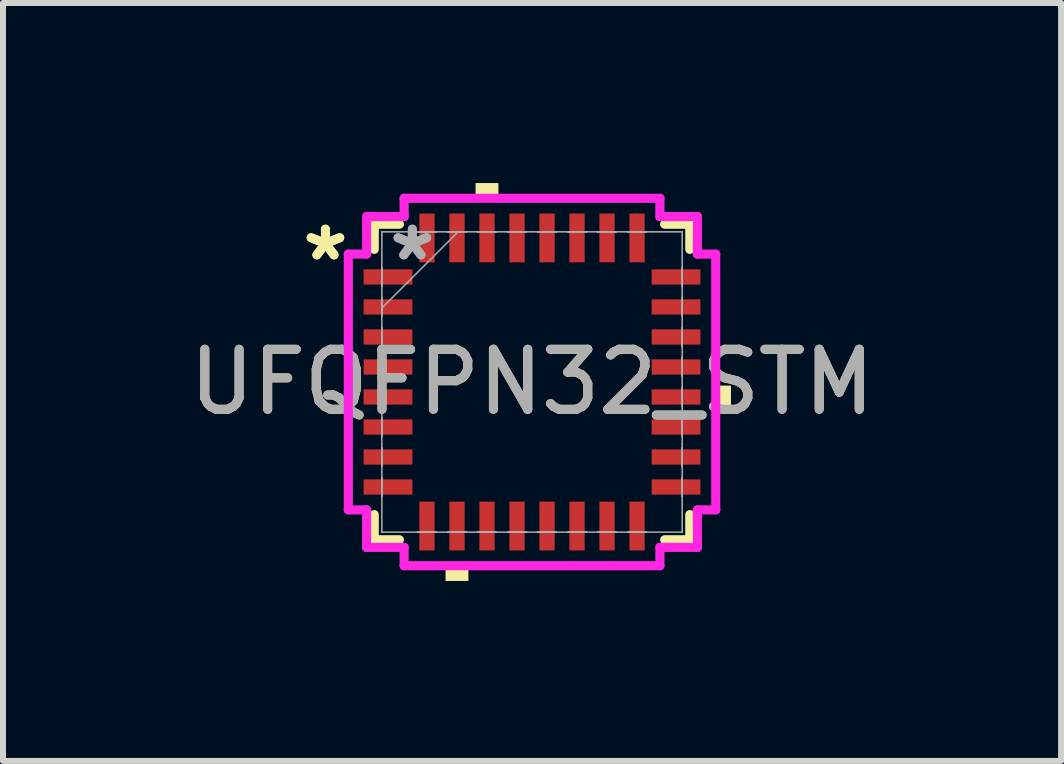
<source format=kicad_pcb>
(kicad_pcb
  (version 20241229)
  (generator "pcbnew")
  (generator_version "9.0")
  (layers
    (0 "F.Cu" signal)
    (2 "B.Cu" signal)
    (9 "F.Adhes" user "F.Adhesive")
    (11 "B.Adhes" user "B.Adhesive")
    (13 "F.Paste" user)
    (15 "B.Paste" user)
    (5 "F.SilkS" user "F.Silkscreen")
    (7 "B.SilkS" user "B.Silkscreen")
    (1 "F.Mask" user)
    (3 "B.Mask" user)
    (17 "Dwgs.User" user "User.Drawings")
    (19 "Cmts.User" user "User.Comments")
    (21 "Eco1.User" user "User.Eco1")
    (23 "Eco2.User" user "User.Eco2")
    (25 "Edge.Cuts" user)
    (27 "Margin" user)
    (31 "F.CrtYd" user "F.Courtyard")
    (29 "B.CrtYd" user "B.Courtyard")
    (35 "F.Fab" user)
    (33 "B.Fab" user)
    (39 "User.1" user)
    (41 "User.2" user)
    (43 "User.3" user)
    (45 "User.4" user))
  (footprint "UFQFPN32_STM"
    (layer "F.Cu")
    (at 5.815 3.315)
    (property "Reference" "UFQFPN32_STM" (at 0 0 0) (unlocked yes) (layer "F.SilkS") (effects (font (size 1 1) (thickness 0.15))))
    (attr smd)
    (fp_line (start -2.629 -2.629) (end -2.629 -2.21) (stroke (width 0.152) (type solid)) (layer "F.SilkS"))
    (fp_line (start -2.629 2.21) (end -2.629 2.629) (stroke (width 0.152) (type solid)) (layer "F.SilkS"))
    (fp_line (start -2.629 2.629) (end -2.21 2.629) (stroke (width 0.152) (type solid)) (layer "F.SilkS"))
    (fp_line (start -2.21 -2.629) (end -2.629 -2.629) (stroke (width 0.152) (type solid)) (layer "F.SilkS"))
    (fp_line (start 2.21 2.629) (end 2.629 2.629) (stroke (width 0.152) (type solid)) (layer "F.SilkS"))
    (fp_line (start 2.629 -2.629) (end 2.21 -2.629) (stroke (width 0.152) (type solid)) (layer "F.SilkS"))
    (fp_line (start 2.629 -2.21) (end 2.629 -2.629) (stroke (width 0.152) (type solid)) (layer "F.SilkS"))
    (fp_line (start 2.629 2.629) (end 2.629 2.21) (stroke (width 0.152) (type solid)) (layer "F.SilkS"))
    (fp_poly (pts (xy -1.441 3.061) (xy -1.441 3.315) (xy -1.06 3.315) (xy -1.06 3.061)) (stroke (width 0) (type solid)) (fill yes) (layer "F.SilkS"))
    (fp_poly (pts (xy -0.941 -3.061) (xy -0.941 -3.315) (xy -0.56 -3.315) (xy -0.56 -3.061)) (stroke (width 0) (type solid)) (fill yes) (layer "F.SilkS"))
    (fp_poly (pts (xy 3.315 0.06) (xy 3.315 0.441) (xy 3.061 0.441) (xy 3.061 0.06)) (stroke (width 0) (type solid)) (fill yes) (layer "F.SilkS"))
    (fp_line (start -3.061 -2.131) (end -2.756 -2.131) (stroke (width 0.152) (type solid)) (layer "F.CrtYd"))
    (fp_line (start -3.061 2.131) (end -3.061 -2.131) (stroke (width 0.152) (type solid)) (layer "F.CrtYd"))
    (fp_line (start -2.756 -2.756) (end -2.131 -2.756) (stroke (width 0.152) (type solid)) (layer "F.CrtYd"))
    (fp_line (start -2.756 -2.131) (end -2.756 -2.756) (stroke (width 0.152) (type solid)) (layer "F.CrtYd"))
    (fp_line (start -2.756 2.131) (end -3.061 2.131) (stroke (width 0.152) (type solid)) (layer "F.CrtYd"))
    (fp_line (start -2.756 2.756) (end -2.756 2.131) (stroke (width 0.152) (type solid)) (layer "F.CrtYd"))
    (fp_line (start -2.131 -3.061) (end 2.131 -3.061) (stroke (width 0.152) (type solid)) (layer "F.CrtYd"))
    (fp_line (start -2.131 -2.756) (end -2.131 -3.061) (stroke (width 0.152) (type solid)) (layer "F.CrtYd"))
    (fp_line (start -2.131 2.756) (end -2.756 2.756) (stroke (width 0.152) (type solid)) (layer "F.CrtYd"))
    (fp_line (start -2.131 3.061) (end -2.131 2.756) (stroke (width 0.152) (type solid)) (layer "F.CrtYd"))
    (fp_line (start 2.131 -3.061) (end 2.131 -2.756) (stroke (width 0.152) (type solid)) (layer "F.CrtYd"))
    (fp_line (start 2.131 -2.756) (end 2.756 -2.756) (stroke (width 0.152) (type solid)) (layer "F.CrtYd"))
    (fp_line (start 2.131 2.756) (end 2.131 3.061) (stroke (width 0.152) (type solid)) (layer "F.CrtYd"))
    (fp_line (start 2.131 3.061) (end -2.131 3.061) (stroke (width 0.152) (type solid)) (layer "F.CrtYd"))
    (fp_line (start 2.756 -2.756) (end 2.756 -2.131) (stroke (width 0.152) (type solid)) (layer "F.CrtYd"))
    (fp_line (start 2.756 -2.131) (end 3.061 -2.131) (stroke (width 0.152) (type solid)) (layer "F.CrtYd"))
    (fp_line (start 2.756 2.131) (end 2.756 2.756) (stroke (width 0.152) (type solid)) (layer "F.CrtYd"))
    (fp_line (start 2.756 2.756) (end 2.131 2.756) (stroke (width 0.152) (type solid)) (layer "F.CrtYd"))
    (fp_line (start 3.061 -2.131) (end 3.061 2.131) (stroke (width 0.152) (type solid)) (layer "F.CrtYd"))
    (fp_line (start 3.061 2.131) (end 2.756 2.131) (stroke (width 0.152) (type solid)) (layer "F.CrtYd"))
    (fp_line (start -2.502 -2.502) (end -2.502 -2.502) (stroke (width 0.025) (type solid)) (layer "F.Fab"))
    (fp_line (start -2.502 -2.502) (end -2.502 2.502) (stroke (width 0.025) (type solid)) (layer "F.Fab"))
    (fp_line (start -2.502 -1.903) (end -2.502 -1.903) (stroke (width 0.025) (type solid)) (layer "F.Fab"))
    (fp_line (start -2.502 -1.903) (end -2.502 -1.598) (stroke (width 0.025) (type solid)) (layer "F.Fab"))
    (fp_line (start -2.502 -1.598) (end -2.502 -1.903) (stroke (width 0.025) (type solid)) (layer "F.Fab"))
    (fp_line (start -2.502 -1.598) (end -2.502 -1.598) (stroke (width 0.025) (type solid)) (layer "F.Fab"))
    (fp_line (start -2.502 -1.403) (end -2.502 -1.403) (stroke (width 0.025) (type solid)) (layer "F.Fab"))
    (fp_line (start -2.502 -1.403) (end -2.502 -1.098) (stroke (width 0.025) (type solid)) (layer "F.Fab"))
    (fp_line (start -2.502 -1.232) (end -1.232 -2.502) (stroke (width 0.025) (type solid)) (layer "F.Fab"))
    (fp_line (start -2.502 -1.098) (end -2.502 -1.403) (stroke (width 0.025) (type solid)) (layer "F.Fab"))
    (fp_line (start -2.502 -1.098) (end -2.502 -1.098) (stroke (width 0.025) (type solid)) (layer "F.Fab"))
    (fp_line (start -2.502 -0.903) (end -2.502 -0.903) (stroke (width 0.025) (type solid)) (layer "F.Fab"))
    (fp_line (start -2.502 -0.903) (end -2.502 -0.598) (stroke (width 0.025) (type solid)) (layer "F.Fab"))
    (fp_line (start -2.502 -0.598) (end -2.502 -0.903) (stroke (width 0.025) (type solid)) (layer "F.Fab"))
    (fp_line (start -2.502 -0.598) (end -2.502 -0.598) (stroke (width 0.025) (type solid)) (layer "F.Fab"))
    (fp_line (start -2.502 -0.402) (end -2.502 -0.402) (stroke (width 0.025) (type solid)) (layer "F.Fab"))
    (fp_line (start -2.502 -0.402) (end -2.502 -0.098) (stroke (width 0.025) (type solid)) (layer "F.Fab"))
    (fp_line (start -2.502 -0.098) (end -2.502 -0.402) (stroke (width 0.025) (type solid)) (layer "F.Fab"))
    (fp_line (start -2.502 -0.098) (end -2.502 -0.098) (stroke (width 0.025) (type solid)) (layer "F.Fab"))
    (fp_line (start -2.502 0.098) (end -2.502 0.098) (stroke (width 0.025) (type solid)) (layer "F.Fab"))
    (fp_line (start -2.502 0.098) (end -2.502 0.402) (stroke (width 0.025) (type solid)) (layer "F.Fab"))
    (fp_line (start -2.502 0.402) (end -2.502 0.098) (stroke (width 0.025) (type solid)) (layer "F.Fab"))
    (fp_line (start -2.502 0.402) (end -2.502 0.402) (stroke (width 0.025) (type solid)) (layer "F.Fab"))
    (fp_line (start -2.502 0.598) (end -2.502 0.598) (stroke (width 0.025) (type solid)) (layer "F.Fab"))
    (fp_line (start -2.502 0.598) (end -2.502 0.903) (stroke (width 0.025) (type solid)) (layer "F.Fab"))
    (fp_line (start -2.502 0.903) (end -2.502 0.598) (stroke (width 0.025) (type solid)) (layer "F.Fab"))
    (fp_line (start -2.502 0.903) (end -2.502 0.903) (stroke (width 0.025) (type solid)) (layer "F.Fab"))
    (fp_line (start -2.502 1.098) (end -2.502 1.098) (stroke (width 0.025) (type solid)) (layer "F.Fab"))
    (fp_line (start -2.502 1.098) (end -2.502 1.403) (stroke (width 0.025) (type solid)) (layer "F.Fab"))
    (fp_line (start -2.502 1.403) (end -2.502 1.098) (stroke (width 0.025) (type solid)) (layer "F.Fab"))
    (fp_line (start -2.502 1.403) (end -2.502 1.403) (stroke (width 0.025) (type solid)) (layer "F.Fab"))
    (fp_line (start -2.502 1.598) (end -2.502 1.598) (stroke (width 0.025) (type solid)) (layer "F.Fab"))
    (fp_line (start -2.502 1.598) (end -2.502 1.903) (stroke (width 0.025) (type solid)) (layer "F.Fab"))
    (fp_line (start -2.502 1.903) (end -2.502 1.598) (stroke (width 0.025) (type solid)) (layer "F.Fab"))
    (fp_line (start -2.502 1.903) (end -2.502 1.903) (stroke (width 0.025) (type solid)) (layer "F.Fab"))
    (fp_line (start -2.502 2.502) (end -2.502 2.502) (stroke (width 0.025) (type solid)) (layer "F.Fab"))
    (fp_line (start -2.502 2.502) (end 2.502 2.502) (stroke (width 0.025) (type solid)) (layer "F.Fab"))
    (fp_line (start -1.903 -2.502) (end -1.903 -2.502) (stroke (width 0.025) (type solid)) (layer "F.Fab"))
    (fp_line (start -1.903 -2.502) (end -1.598 -2.502) (stroke (width 0.025) (type solid)) (layer "F.Fab"))
    (fp_line (start -1.903 2.502) (end -1.903 2.502) (stroke (width 0.025) (type solid)) (layer "F.Fab"))
    (fp_line (start -1.903 2.502) (end -1.598 2.502) (stroke (width 0.025) (type solid)) (layer "F.Fab"))
    (fp_line (start -1.598 -2.502) (end -1.903 -2.502) (stroke (width 0.025) (type solid)) (layer "F.Fab"))
    (fp_line (start -1.598 -2.502) (end -1.598 -2.502) (stroke (width 0.025) (type solid)) (layer "F.Fab"))
    (fp_line (start -1.598 2.502) (end -1.903 2.502) (stroke (width 0.025) (type solid)) (layer "F.Fab"))
    (fp_line (start -1.598 2.502) (end -1.598 2.502) (stroke (width 0.025) (type solid)) (layer "F.Fab"))
    (fp_line (start -1.403 -2.502) (end -1.403 -2.502) (stroke (width 0.025) (type solid)) (layer "F.Fab"))
    (fp_line (start -1.403 -2.502) (end -1.098 -2.502) (stroke (width 0.025) (type solid)) (layer "F.Fab"))
    (fp_line (start -1.403 2.502) (end -1.403 2.502) (stroke (width 0.025) (type solid)) (layer "F.Fab"))
    (fp_line (start -1.403 2.502) (end -1.098 2.502) (stroke (width 0.025) (type solid)) (layer "F.Fab"))
    (fp_line (start -1.098 -2.502) (end -1.403 -2.502) (stroke (width 0.025) (type solid)) (layer "F.Fab"))
    (fp_line (start -1.098 -2.502) (end -1.098 -2.502) (stroke (width 0.025) (type solid)) (layer "F.Fab"))
    (fp_line (start -1.098 2.502) (end -1.403 2.502) (stroke (width 0.025) (type solid)) (layer "F.Fab"))
    (fp_line (start -1.098 2.502) (end -1.098 2.502) (stroke (width 0.025) (type solid)) (layer "F.Fab"))
    (fp_line (start -0.903 -2.502) (end -0.903 -2.502) (stroke (width 0.025) (type solid)) (layer "F.Fab"))
    (fp_line (start -0.903 -2.502) (end -0.598 -2.502) (stroke (width 0.025) (type solid)) (layer "F.Fab"))
    (fp_line (start -0.903 2.502) (end -0.903 2.502) (stroke (width 0.025) (type solid)) (layer "F.Fab"))
    (fp_line (start -0.903 2.502) (end -0.598 2.502) (stroke (width 0.025) (type solid)) (layer "F.Fab"))
    (fp_line (start -0.598 -2.502) (end -0.903 -2.502) (stroke (width 0.025) (type solid)) (layer "F.Fab"))
    (fp_line (start -0.598 -2.502) (end -0.598 -2.502) (stroke (width 0.025) (type solid)) (layer "F.Fab"))
    (fp_line (start -0.598 2.502) (end -0.903 2.502) (stroke (width 0.025) (type solid)) (layer "F.Fab"))
    (fp_line (start -0.598 2.502) (end -0.598 2.502) (stroke (width 0.025) (type solid)) (layer "F.Fab"))
    (fp_line (start -0.402 -2.502) (end -0.402 -2.502) (stroke (width 0.025) (type solid)) (layer "F.Fab"))
    (fp_line (start -0.402 -2.502) (end -0.098 -2.502) (stroke (width 0.025) (type solid)) (layer "F.Fab"))
    (fp_line (start -0.402 2.502) (end -0.402 2.502) (stroke (width 0.025) (type solid)) (layer "F.Fab"))
    (fp_line (start -0.402 2.502) (end -0.098 2.502) (stroke (width 0.025) (type solid)) (layer "F.Fab"))
    (fp_line (start -0.098 -2.502) (end -0.402 -2.502) (stroke (width 0.025) (type solid)) (layer "F.Fab"))
    (fp_line (start -0.098 -2.502) (end -0.098 -2.502) (stroke (width 0.025) (type solid)) (layer "F.Fab"))
    (fp_line (start -0.098 2.502) (end -0.402 2.502) (stroke (width 0.025) (type solid)) (layer "F.Fab"))
    (fp_line (start -0.098 2.502) (end -0.098 2.502) (stroke (width 0.025) (type solid)) (layer "F.Fab"))
    (fp_line (start 0.098 -2.502) (end 0.098 -2.502) (stroke (width 0.025) (type solid)) (layer "F.Fab"))
    (fp_line (start 0.098 -2.502) (end 0.402 -2.502) (stroke (width 0.025) (type solid)) (layer "F.Fab"))
    (fp_line (start 0.098 2.502) (end 0.098 2.502) (stroke (width 0.025) (type solid)) (layer "F.Fab"))
    (fp_line (start 0.098 2.502) (end 0.402 2.502) (stroke (width 0.025) (type solid)) (layer "F.Fab"))
    (fp_line (start 0.402 -2.502) (end 0.098 -2.502) (stroke (width 0.025) (type solid)) (layer "F.Fab"))
    (fp_line (start 0.402 -2.502) (end 0.402 -2.502) (stroke (width 0.025) (type solid)) (layer "F.Fab"))
    (fp_line (start 0.402 2.502) (end 0.098 2.502) (stroke (width 0.025) (type solid)) (layer "F.Fab"))
    (fp_line (start 0.402 2.502) (end 0.402 2.502) (stroke (width 0.025) (type solid)) (layer "F.Fab"))
    (fp_line (start 0.598 -2.502) (end 0.598 -2.502) (stroke (width 0.025) (type solid)) (layer "F.Fab"))
    (fp_line (start 0.598 -2.502) (end 0.903 -2.502) (stroke (width 0.025) (type solid)) (layer "F.Fab"))
    (fp_line (start 0.598 2.502) (end 0.598 2.502) (stroke (width 0.025) (type solid)) (layer "F.Fab"))
    (fp_line (start 0.598 2.502) (end 0.903 2.502) (stroke (width 0.025) (type solid)) (layer "F.Fab"))
    (fp_line (start 0.903 -2.502) (end 0.598 -2.502) (stroke (width 0.025) (type solid)) (layer "F.Fab"))
    (fp_line (start 0.903 -2.502) (end 0.903 -2.502) (stroke (width 0.025) (type solid)) (layer "F.Fab"))
    (fp_line (start 0.903 2.502) (end 0.598 2.502) (stroke (width 0.025) (type solid)) (layer "F.Fab"))
    (fp_line (start 0.903 2.502) (end 0.903 2.502) (stroke (width 0.025) (type solid)) (layer "F.Fab"))
    (fp_line (start 1.098 -2.502) (end 1.098 -2.502) (stroke (width 0.025) (type solid)) (layer "F.Fab"))
    (fp_line (start 1.098 -2.502) (end 1.403 -2.502) (stroke (width 0.025) (type solid)) (layer "F.Fab"))
    (fp_line (start 1.098 2.502) (end 1.098 2.502) (stroke (width 0.025) (type solid)) (layer "F.Fab"))
    (fp_line (start 1.098 2.502) (end 1.403 2.502) (stroke (width 0.025) (type solid)) (layer "F.Fab"))
    (fp_line (start 1.403 -2.502) (end 1.098 -2.502) (stroke (width 0.025) (type solid)) (layer "F.Fab"))
    (fp_line (start 1.403 -2.502) (end 1.403 -2.502) (stroke (width 0.025) (type solid)) (layer "F.Fab"))
    (fp_line (start 1.403 2.502) (end 1.098 2.502) (stroke (width 0.025) (type solid)) (layer "F.Fab"))
    (fp_line (start 1.403 2.502) (end 1.403 2.502) (stroke (width 0.025) (type solid)) (layer "F.Fab"))
    (fp_line (start 1.598 -2.502) (end 1.598 -2.502) (stroke (width 0.025) (type solid)) (layer "F.Fab"))
    (fp_line (start 1.598 -2.502) (end 1.903 -2.502) (stroke (width 0.025) (type solid)) (layer "F.Fab"))
    (fp_line (start 1.598 2.502) (end 1.598 2.502) (stroke (width 0.025) (type solid)) (layer "F.Fab"))
    (fp_line (start 1.598 2.502) (end 1.903 2.502) (stroke (width 0.025) (type solid)) (layer "F.Fab"))
    (fp_line (start 1.903 -2.502) (end 1.598 -2.502) (stroke (width 0.025) (type solid)) (layer "F.Fab"))
    (fp_line (start 1.903 -2.502) (end 1.903 -2.502) (stroke (width 0.025) (type solid)) (layer "F.Fab"))
    (fp_line (start 1.903 2.502) (end 1.598 2.502) (stroke (width 0.025) (type solid)) (layer "F.Fab"))
    (fp_line (start 1.903 2.502) (end 1.903 2.502) (stroke (width 0.025) (type solid)) (layer "F.Fab"))
    (fp_line (start 2.502 -2.502) (end -2.502 -2.502) (stroke (width 0.025) (type solid)) (layer "F.Fab"))
    (fp_line (start 2.502 -2.502) (end 2.502 -2.502) (stroke (width 0.025) (type solid)) (layer "F.Fab"))
    (fp_line (start 2.502 -1.903) (end 2.502 -1.903) (stroke (width 0.025) (type solid)) (layer "F.Fab"))
    (fp_line (start 2.502 -1.903) (end 2.502 -1.598) (stroke (width 0.025) (type solid)) (layer "F.Fab"))
    (fp_line (start 2.502 -1.598) (end 2.502 -1.903) (stroke (width 0.025) (type solid)) (layer "F.Fab"))
    (fp_line (start 2.502 -1.598) (end 2.502 -1.598) (stroke (width 0.025) (type solid)) (layer "F.Fab"))
    (fp_line (start 2.502 -1.403) (end 2.502 -1.403) (stroke (width 0.025) (type solid)) (layer "F.Fab"))
    (fp_line (start 2.502 -1.403) (end 2.502 -1.098) (stroke (width 0.025) (type solid)) (layer "F.Fab"))
    (fp_line (start 2.502 -1.098) (end 2.502 -1.403) (stroke (width 0.025) (type solid)) (layer "F.Fab"))
    (fp_line (start 2.502 -1.098) (end 2.502 -1.098) (stroke (width 0.025) (type solid)) (layer "F.Fab"))
    (fp_line (start 2.502 -0.903) (end 2.502 -0.903) (stroke (width 0.025) (type solid)) (layer "F.Fab"))
    (fp_line (start 2.502 -0.903) (end 2.502 -0.598) (stroke (width 0.025) (type solid)) (layer "F.Fab"))
    (fp_line (start 2.502 -0.598) (end 2.502 -0.903) (stroke (width 0.025) (type solid)) (layer "F.Fab"))
    (fp_line (start 2.502 -0.598) (end 2.502 -0.598) (stroke (width 0.025) (type solid)) (layer "F.Fab"))
    (fp_line (start 2.502 -0.402) (end 2.502 -0.402) (stroke (width 0.025) (type solid)) (layer "F.Fab"))
    (fp_line (start 2.502 -0.402) (end 2.502 -0.098) (stroke (width 0.025) (type solid)) (layer "F.Fab"))
    (fp_line (start 2.502 -0.098) (end 2.502 -0.402) (stroke (width 0.025) (type solid)) (layer "F.Fab"))
    (fp_line (start 2.502 -0.098) (end 2.502 -0.098) (stroke (width 0.025) (type solid)) (layer "F.Fab"))
    (fp_line (start 2.502 0.098) (end 2.502 0.098) (stroke (width 0.025) (type solid)) (layer "F.Fab"))
    (fp_line (start 2.502 0.098) (end 2.502 0.402) (stroke (width 0.025) (type solid)) (layer "F.Fab"))
    (fp_line (start 2.502 0.402) (end 2.502 0.098) (stroke (width 0.025) (type solid)) (layer "F.Fab"))
    (fp_line (start 2.502 0.402) (end 2.502 0.402) (stroke (width 0.025) (type solid)) (layer "F.Fab"))
    (fp_line (start 2.502 0.598) (end 2.502 0.598) (stroke (width 0.025) (type solid)) (layer "F.Fab"))
    (fp_line (start 2.502 0.598) (end 2.502 0.903) (stroke (width 0.025) (type solid)) (layer "F.Fab"))
    (fp_line (start 2.502 0.903) (end 2.502 0.598) (stroke (width 0.025) (type solid)) (layer "F.Fab"))
    (fp_line (start 2.502 0.903) (end 2.502 0.903) (stroke (width 0.025) (type solid)) (layer "F.Fab"))
    (fp_line (start 2.502 1.098) (end 2.502 1.098) (stroke (width 0.025) (type solid)) (layer "F.Fab"))
    (fp_line (start 2.502 1.098) (end 2.502 1.403) (stroke (width 0.025) (type solid)) (layer "F.Fab"))
    (fp_line (start 2.502 1.403) (end 2.502 1.098) (stroke (width 0.025) (type solid)) (layer "F.Fab"))
    (fp_line (start 2.502 1.403) (end 2.502 1.403) (stroke (width 0.025) (type solid)) (layer "F.Fab"))
    (fp_line (start 2.502 1.598) (end 2.502 1.598) (stroke (width 0.025) (type solid)) (layer "F.Fab"))
    (fp_line (start 2.502 1.598) (end 2.502 1.903) (stroke (width 0.025) (type solid)) (layer "F.Fab"))
    (fp_line (start 2.502 1.903) (end 2.502 1.598) (stroke (width 0.025) (type solid)) (layer "F.Fab"))
    (fp_line (start 2.502 1.903) (end 2.502 1.903) (stroke (width 0.025) (type solid)) (layer "F.Fab"))
    (fp_line (start 2.502 2.502) (end 2.502 -2.502) (stroke (width 0.025) (type solid)) (layer "F.Fab"))
    (fp_line (start 2.502 2.502) (end 2.502 2.502) (stroke (width 0.025) (type solid)) (layer "F.Fab"))
    (fp_text user "*" (at -3.442 -2.001 0) (unlocked yes) (layer "F.SilkS") (effects (font (size 1 1) (thickness 0.15))))
    (fp_text user "*" (at -3.442 -2.001 0) (layer "F.SilkS") (effects (font (size 1 1) (thickness 0.15))))
    (fp_text user "${REFERENCE}" (at 0 0 0) (unlocked yes) (layer "F.Fab") (effects (font (size 1 1) (thickness 0.15))))
    (fp_text user "*" (at -1.994 -2.001 0) (layer "F.Fab") (effects (font (size 1 1) (thickness 0.15))))
    (fp_text user "*" (at -1.994 -2.001 0) (unlocked yes) (layer "F.Fab") (effects (font (size 1 1) (thickness 0.15))))
    (pad "1" smd rect (at -2.4 -1.75 90) (size 0.254 0.813) (layers "F.Cu" "F.Mask" "F.Paste"))
    (pad "2" smd rect (at -2.4 -1.25 90) (size 0.254 0.813) (layers "F.Cu" "F.Mask" "F.Paste"))
    (pad "3" smd rect (at -2.4 -0.75 90) (size 0.254 0.813) (layers "F.Cu" "F.Mask" "F.Paste"))
    (pad "4" smd rect (at -2.4 -0.25 90) (size 0.254 0.813) (layers "F.Cu" "F.Mask" "F.Paste"))
    (pad "5" smd rect (at -2.4 0.25 90) (size 0.254 0.813) (layers "F.Cu" "F.Mask" "F.Paste"))
    (pad "6" smd rect (at -2.4 0.75 90) (size 0.254 0.813) (layers "F.Cu" "F.Mask" "F.Paste"))
    (pad "7" smd rect (at -2.4 1.25 90) (size 0.254 0.813) (layers "F.Cu" "F.Mask" "F.Paste"))
    (pad "8" smd rect (at -2.4 1.75 90) (size 0.254 0.813) (layers "F.Cu" "F.Mask" "F.Paste"))
    (pad "9" smd rect (at -1.75 2.4) (size 0.254 0.813) (layers "F.Cu" "F.Mask" "F.Paste"))
    (pad "10" smd rect (at -1.25 2.4) (size 0.254 0.813) (layers "F.Cu" "F.Mask" "F.Paste"))
    (pad "11" smd rect (at -0.75 2.4) (size 0.254 0.813) (layers "F.Cu" "F.Mask" "F.Paste"))
    (pad "12" smd rect (at -0.25 2.4) (size 0.254 0.813) (layers "F.Cu" "F.Mask" "F.Paste"))
    (pad "13" smd rect (at 0.25 2.4) (size 0.254 0.813) (layers "F.Cu" "F.Mask" "F.Paste"))
    (pad "14" smd rect (at 0.75 2.4) (size 0.254 0.813) (layers "F.Cu" "F.Mask" "F.Paste"))
    (pad "15" smd rect (at 1.25 2.4) (size 0.254 0.813) (layers "F.Cu" "F.Mask" "F.Paste"))
    (pad "16" smd rect (at 1.75 2.4) (size 0.254 0.813) (layers "F.Cu" "F.Mask" "F.Paste"))
    (pad "17" smd rect (at 2.4 1.75 90) (size 0.254 0.813) (layers "F.Cu" "F.Mask" "F.Paste"))
    (pad "18" smd rect (at 2.4 1.25 90) (size 0.254 0.813) (layers "F.Cu" "F.Mask" "F.Paste"))
    (pad "19" smd rect (at 2.4 0.75 90) (size 0.254 0.813) (layers "F.Cu" "F.Mask" "F.Paste"))
    (pad "20" smd rect (at 2.4 0.25 90) (size 0.254 0.813) (layers "F.Cu" "F.Mask" "F.Paste"))
    (pad "21" smd rect (at 2.4 -0.25 90) (size 0.254 0.813) (layers "F.Cu" "F.Mask" "F.Paste"))
    (pad "22" smd rect (at 2.4 -0.75 90) (size 0.254 0.813) (layers "F.Cu" "F.Mask" "F.Paste"))
    (pad "23" smd rect (at 2.4 -1.25 90) (size 0.254 0.813) (layers "F.Cu" "F.Mask" "F.Paste"))
    (pad "24" smd rect (at 2.4 -1.75 90) (size 0.254 0.813) (layers "F.Cu" "F.Mask" "F.Paste"))
    (pad "25" smd rect (at 1.75 -2.4) (size 0.254 0.813) (layers "F.Cu" "F.Mask" "F.Paste"))
    (pad "26" smd rect (at 1.25 -2.4) (size 0.254 0.813) (layers "F.Cu" "F.Mask" "F.Paste"))
    (pad "27" smd rect (at 0.75 -2.4) (size 0.254 0.813) (layers "F.Cu" "F.Mask" "F.Paste"))
    (pad "28" smd rect (at 0.25 -2.4) (size 0.254 0.813) (layers "F.Cu" "F.Mask" "F.Paste"))
    (pad "29" smd rect (at -0.25 -2.4) (size 0.254 0.813) (layers "F.Cu" "F.Mask" "F.Paste"))
    (pad "30" smd rect (at -0.75 -2.4) (size 0.254 0.813) (layers "F.Cu" "F.Mask" "F.Paste"))
    (pad "31" smd rect (at -1.25 -2.4) (size 0.254 0.813) (layers "F.Cu" "F.Mask" "F.Paste"))
    (pad "32" smd rect (at -1.75 -2.4) (size 0.254 0.813) (layers "F.Cu" "F.Mask" "F.Paste")))
  (gr_rect
    (start -3 -3)
    (end 14.631 9.629)
    (stroke (width 0.1) (type default))
    (fill no)
    (layer "Edge.Cuts")))
</source>
